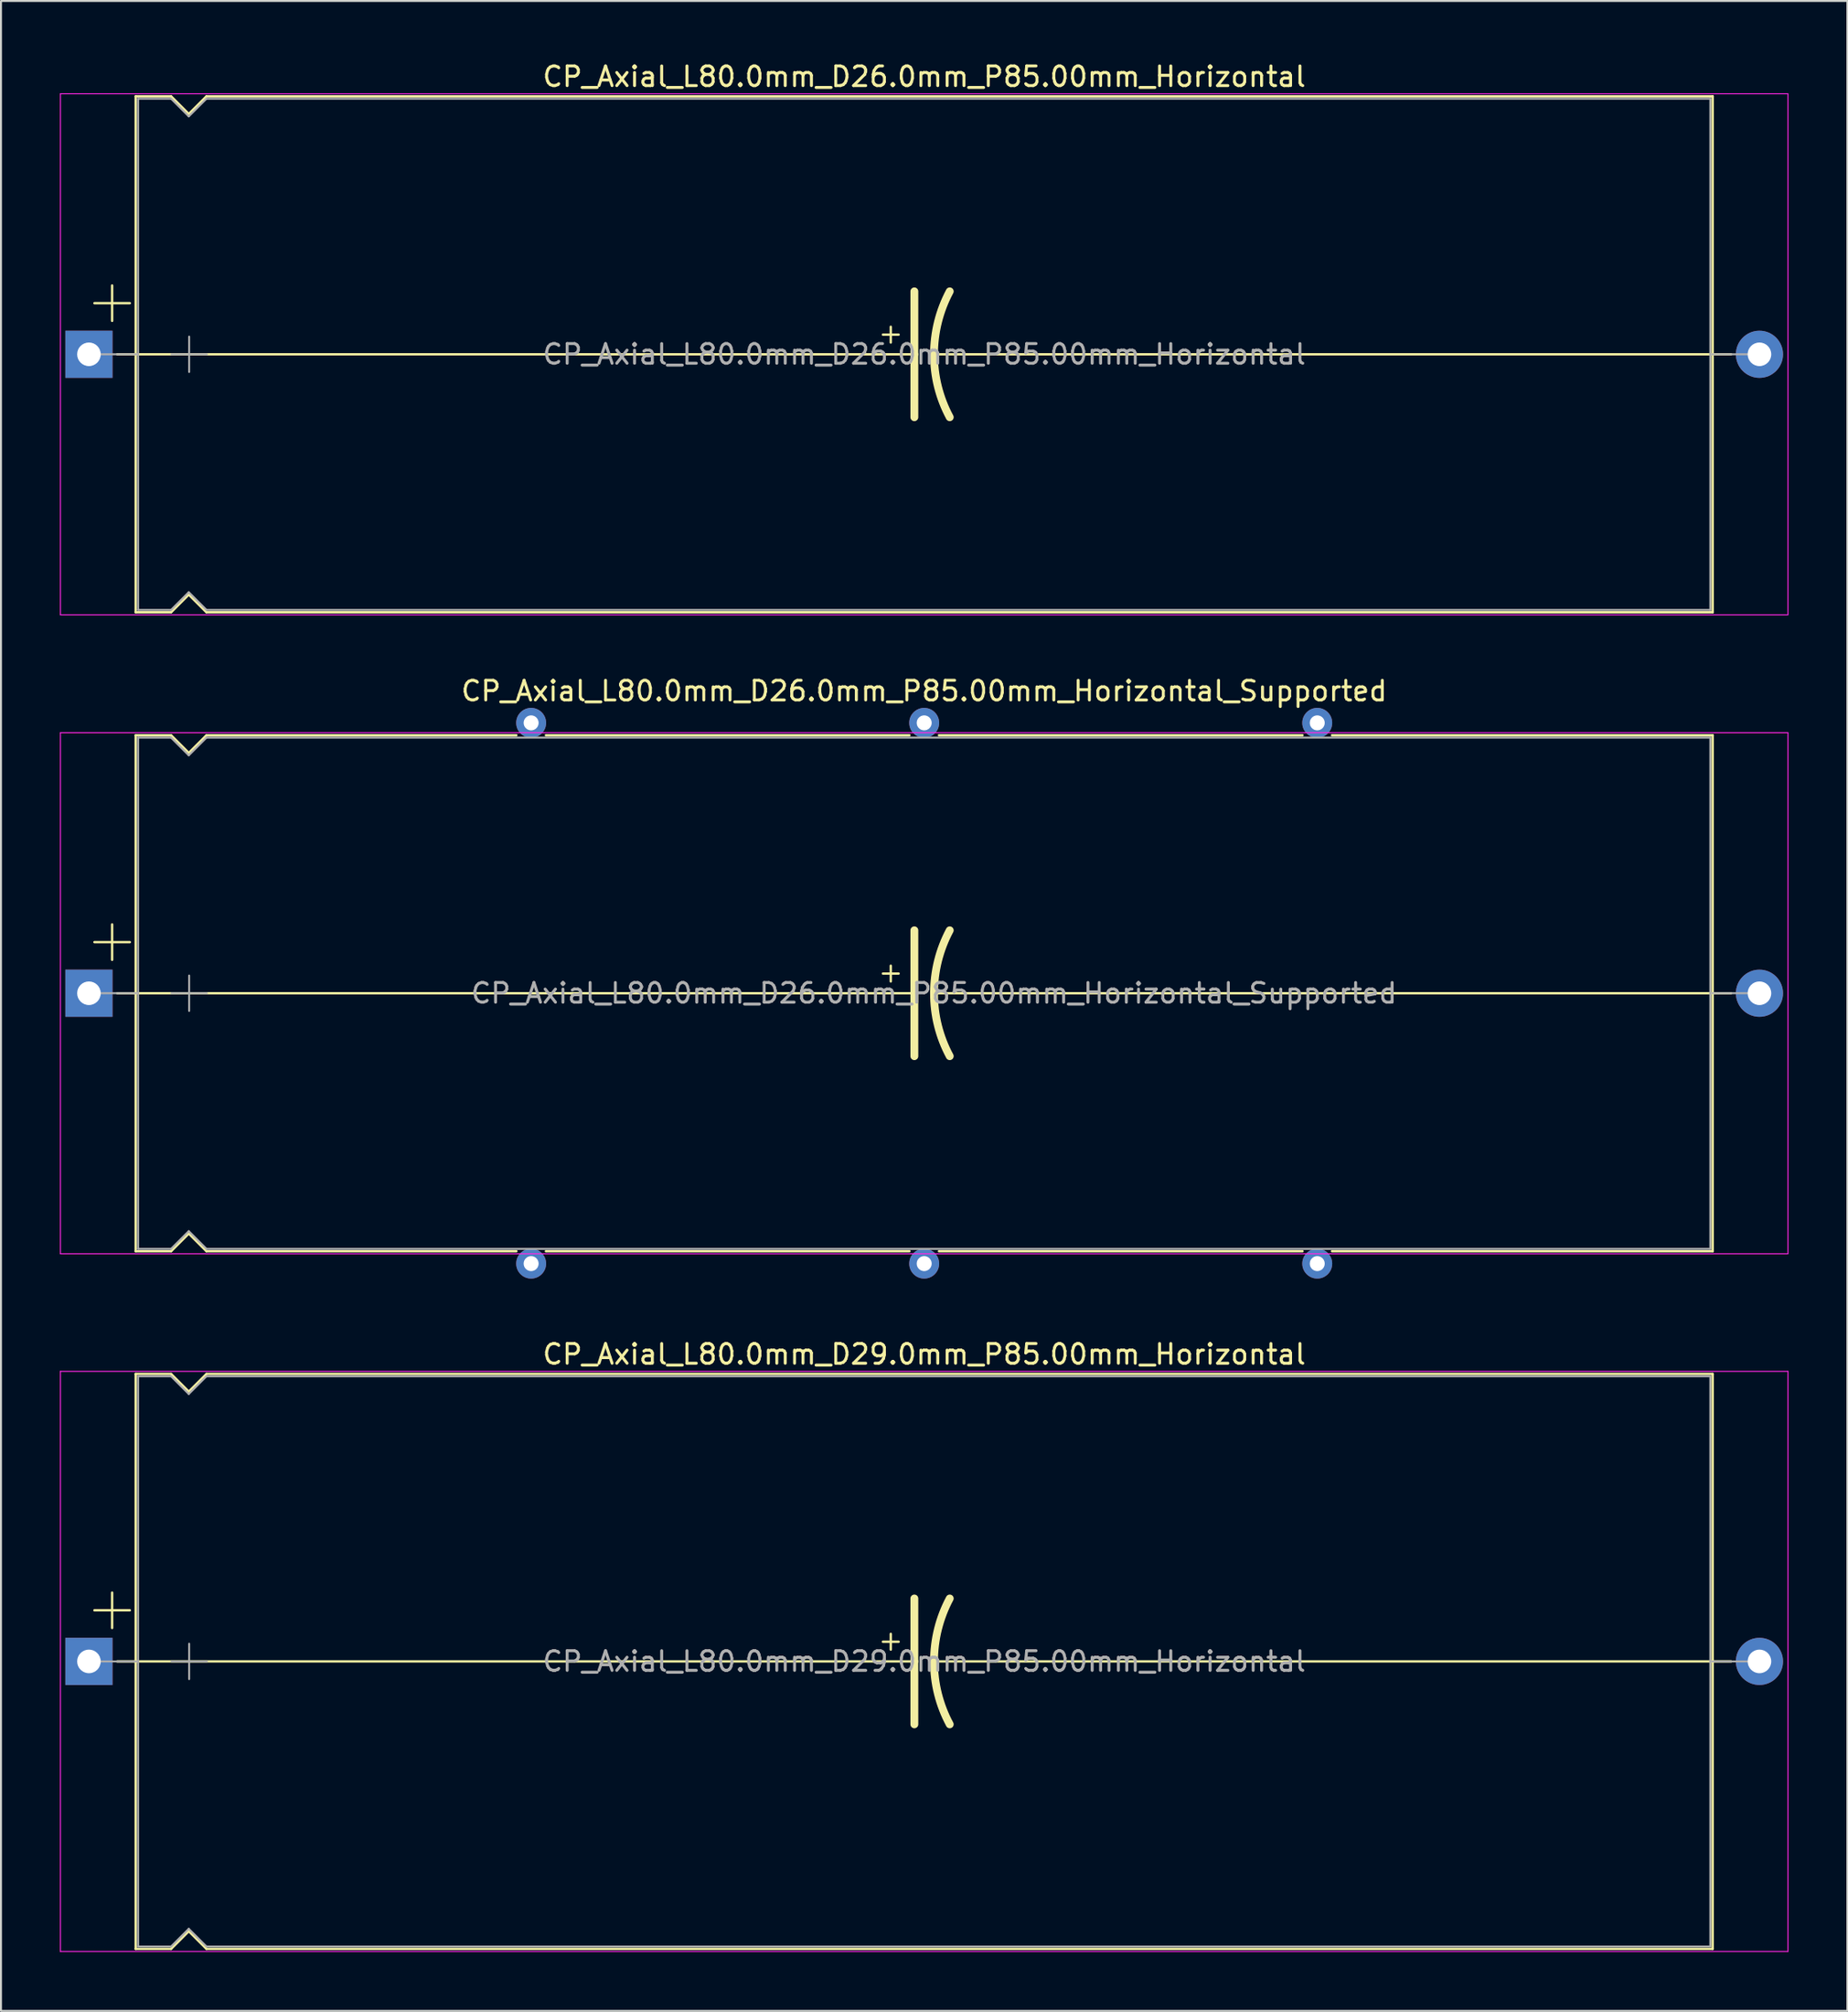
<source format=kicad_pcb>
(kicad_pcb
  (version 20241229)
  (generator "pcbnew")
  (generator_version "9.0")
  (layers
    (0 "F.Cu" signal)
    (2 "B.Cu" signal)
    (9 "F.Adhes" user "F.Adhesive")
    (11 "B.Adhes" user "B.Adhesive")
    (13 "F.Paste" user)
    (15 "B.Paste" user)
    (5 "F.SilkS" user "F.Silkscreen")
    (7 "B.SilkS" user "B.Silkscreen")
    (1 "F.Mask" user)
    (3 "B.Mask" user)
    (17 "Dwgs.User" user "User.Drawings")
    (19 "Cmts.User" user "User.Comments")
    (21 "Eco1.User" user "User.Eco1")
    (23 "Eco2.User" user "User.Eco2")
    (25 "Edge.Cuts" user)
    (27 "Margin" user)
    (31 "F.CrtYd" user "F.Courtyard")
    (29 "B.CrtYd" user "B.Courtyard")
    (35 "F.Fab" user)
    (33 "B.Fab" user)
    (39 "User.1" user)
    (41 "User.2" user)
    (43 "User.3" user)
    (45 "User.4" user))
  (footprint "CP_Axial_L80.0mm_D26.0mm_P85.00mm_Horizontal_Supported"
    (layer "F.Cu")
    (at 1.475 47.462)
    (property "Reference" "CP_Axial_L80.0mm_D26.0mm_P85.00mm_Horizontal_Supported" (at 42.5 -15.37 0) (layer "F.SilkS") (effects (font (size 1 1) (thickness 0.15))))
    (attr through_hole)
    (fp_line (start 0.28 -2.6) (end 2.08 -2.6) (stroke (width 0.12) (type solid)) (layer "F.SilkS"))
    (fp_line (start 1.18 -3.5) (end 1.18 -1.7) (stroke (width 0.12) (type solid)) (layer "F.SilkS"))
    (fp_line (start 1.44 0) (end 2.38 0) (stroke (width 0.12) (type solid)) (layer "F.SilkS"))
    (fp_line (start 2.38 -13.12) (end 2.38 13.12) (stroke (width 0.12) (type solid)) (layer "F.SilkS"))
    (fp_line (start 2.38 -13.12) (end 4.18 -13.12) (stroke (width 0.12) (type solid)) (layer "F.SilkS"))
    (fp_line (start 2.38 0) (end 42 0) (stroke (width 0.12) (type solid)) (layer "F.SilkS"))
    (fp_line (start 2.38 13.12) (end 4.18 13.12) (stroke (width 0.12) (type solid)) (layer "F.SilkS"))
    (fp_line (start 4.18 -13.12) (end 5.08 -12.22) (stroke (width 0.12) (type solid)) (layer "F.SilkS"))
    (fp_line (start 4.18 13.12) (end 5.08 12.22) (stroke (width 0.12) (type solid)) (layer "F.SilkS"))
    (fp_line (start 5.08 -12.22) (end 5.98 -13.12) (stroke (width 0.12) (type solid)) (layer "F.SilkS"))
    (fp_line (start 5.08 12.22) (end 5.98 13.12) (stroke (width 0.12) (type solid)) (layer "F.SilkS"))
    (fp_line (start 5.98 -13.12) (end 21.75 -13.12) (stroke (width 0.12) (type solid)) (layer "F.SilkS"))
    (fp_line (start 5.98 13.12) (end 21.75 13.12) (stroke (width 0.12) (type solid)) (layer "F.SilkS"))
    (fp_line (start 23.25 -13.12) (end 41.75 -13.12) (stroke (width 0.12) (type solid)) (layer "F.SilkS"))
    (fp_line (start 23.25 13.12) (end 41.75 13.12) (stroke (width 0.12) (type solid)) (layer "F.SilkS"))
    (fp_line (start 40.4 -1) (end 41.2 -1) (stroke (width 0.12) (type solid)) (layer "F.SilkS"))
    (fp_line (start 40.8 -1.4) (end 40.8 -0.6) (stroke (width 0.12) (type solid)) (layer "F.SilkS"))
    (fp_line (start 42 0) (end 42 -3.2) (stroke (width 0.4) (type solid)) (layer "F.SilkS"))
    (fp_line (start 42 0) (end 42 3.2) (stroke (width 0.4) (type solid)) (layer "F.SilkS"))
    (fp_line (start 43.25 -13.12) (end 61.75 -13.12) (stroke (width 0.12) (type solid)) (layer "F.SilkS"))
    (fp_line (start 43.25 13.12) (end 61.75 13.12) (stroke (width 0.12) (type solid)) (layer "F.SilkS"))
    (fp_line (start 63.25 -13.12) (end 82.62 -13.12) (stroke (width 0.12) (type solid)) (layer "F.SilkS"))
    (fp_line (start 63.25 13.12) (end 82.62 13.12) (stroke (width 0.12) (type solid)) (layer "F.SilkS"))
    (fp_line (start 82.62 -13.12) (end 82.62 13.12) (stroke (width 0.12) (type solid)) (layer "F.SilkS"))
    (fp_line (start 82.62 0) (end 43 0) (stroke (width 0.12) (type solid)) (layer "F.SilkS"))
    (fp_line (start 83.56 0) (end 82.62 0) (stroke (width 0.12) (type solid)) (layer "F.SilkS"))
    (fp_arc (start 43 0) (mid 43.203541 -1.649116) (end 43.8 -3.2) (stroke (width 0.4) (type solid)) (layer "F.SilkS"))
    (fp_arc (start 43.8 3.2) (mid 43.200703 1.649824) (end 43 0) (stroke (width 0.4) (type solid)) (layer "F.SilkS"))
    (fp_line (start -1.45 -13.25) (end -1.45 13.25) (stroke (width 0.05) (type solid)) (layer "F.CrtYd"))
    (fp_line (start -1.45 13.25) (end 86.45 13.25) (stroke (width 0.05) (type solid)) (layer "F.CrtYd"))
    (fp_line (start 86.45 -13.25) (end -1.45 -13.25) (stroke (width 0.05) (type solid)) (layer "F.CrtYd"))
    (fp_line (start 86.45 13.25) (end 86.45 -13.25) (stroke (width 0.05) (type solid)) (layer "F.CrtYd"))
    (fp_line (start 0 0) (end 2.5 0) (stroke (width 0.1) (type solid)) (layer "F.Fab"))
    (fp_line (start 2.5 -13) (end 2.5 13) (stroke (width 0.1) (type solid)) (layer "F.Fab"))
    (fp_line (start 2.5 -13) (end 4.18 -13) (stroke (width 0.1) (type solid)) (layer "F.Fab"))
    (fp_line (start 2.5 13) (end 4.18 13) (stroke (width 0.1) (type solid)) (layer "F.Fab"))
    (fp_line (start 4.18 -13) (end 5.08 -12.1) (stroke (width 0.1) (type solid)) (layer "F.Fab"))
    (fp_line (start 4.18 13) (end 5.08 12.1) (stroke (width 0.1) (type solid)) (layer "F.Fab"))
    (fp_line (start 4.2 0) (end 6 0) (stroke (width 0.1) (type solid)) (layer "F.Fab"))
    (fp_line (start 5.08 -12.1) (end 5.98 -13) (stroke (width 0.1) (type solid)) (layer "F.Fab"))
    (fp_line (start 5.08 12.1) (end 5.98 13) (stroke (width 0.1) (type solid)) (layer "F.Fab"))
    (fp_line (start 5.1 -0.9) (end 5.1 0.9) (stroke (width 0.1) (type solid)) (layer "F.Fab"))
    (fp_line (start 5.98 -13) (end 82.5 -13) (stroke (width 0.1) (type solid)) (layer "F.Fab"))
    (fp_line (start 5.98 13) (end 82.5 13) (stroke (width 0.1) (type solid)) (layer "F.Fab"))
    (fp_line (start 82.5 -13) (end 82.5 13) (stroke (width 0.1) (type solid)) (layer "F.Fab"))
    (fp_line (start 85 0) (end 82.5 0) (stroke (width 0.1) (type solid)) (layer "F.Fab"))
    (fp_text user "${REFERENCE}" (at 43 0 0) (layer "F.Fab") (effects (font (size 1 1) (thickness 0.15))))
    (pad "" thru_hole circle (at 22.5 -13.75) (size 1.524 1.524) (drill 0.762) (layers "*.Cu" "*.Mask"))
    (pad "" thru_hole circle (at 22.5 13.75) (size 1.524 1.524) (drill 0.762) (layers "*.Cu" "*.Mask"))
    (pad "" thru_hole circle (at 42.5 -13.75) (size 1.524 1.524) (drill 0.762) (layers "*.Cu" "*.Mask"))
    (pad "" thru_hole circle (at 42.5 13.75) (size 1.524 1.524) (drill 0.762) (layers "*.Cu" "*.Mask"))
    (pad "" thru_hole circle (at 62.5 -13.75) (size 1.524 1.524) (drill 0.762) (layers "*.Cu" "*.Mask"))
    (pad "" thru_hole circle (at 62.5 13.75) (size 1.524 1.524) (drill 0.762) (layers "*.Cu" "*.Mask"))
    (pad "1" thru_hole rect (at 0 0) (size 2.4 2.4) (drill 1.2) (layers "*.Cu" "*.Mask"))
    (pad "2" thru_hole oval (at 85 0) (size 2.4 2.4) (drill 1.2) (layers "*.Cu" "*.Mask")))
  (footprint "CP_Axial_L80.0mm_D29.0mm_P85.00mm_Horizontal"
    (layer "F.Cu")
    (at 1.475 81.442)
    (property "Reference" "CP_Axial_L80.0mm_D29.0mm_P85.00mm_Horizontal" (at 42.5 -15.62 0) (layer "F.SilkS") (effects (font (size 1 1) (thickness 0.15))))
    (attr through_hole)
    (fp_line (start 0.28 -2.6) (end 2.08 -2.6) (stroke (width 0.12) (type solid)) (layer "F.SilkS"))
    (fp_line (start 1.18 -3.5) (end 1.18 -1.7) (stroke (width 0.12) (type solid)) (layer "F.SilkS"))
    (fp_line (start 1.44 0) (end 2.38 0) (stroke (width 0.12) (type solid)) (layer "F.SilkS"))
    (fp_line (start 2.38 -14.62) (end 2.38 14.62) (stroke (width 0.12) (type solid)) (layer "F.SilkS"))
    (fp_line (start 2.38 -14.62) (end 4.18 -14.62) (stroke (width 0.12) (type solid)) (layer "F.SilkS"))
    (fp_line (start 2.38 0) (end 42 0) (stroke (width 0.12) (type solid)) (layer "F.SilkS"))
    (fp_line (start 2.38 14.62) (end 4.18 14.62) (stroke (width 0.12) (type solid)) (layer "F.SilkS"))
    (fp_line (start 4.18 -14.62) (end 5.08 -13.72) (stroke (width 0.12) (type solid)) (layer "F.SilkS"))
    (fp_line (start 4.18 14.62) (end 5.08 13.72) (stroke (width 0.12) (type solid)) (layer "F.SilkS"))
    (fp_line (start 5.08 -13.72) (end 5.98 -14.62) (stroke (width 0.12) (type solid)) (layer "F.SilkS"))
    (fp_line (start 5.08 13.72) (end 5.98 14.62) (stroke (width 0.12) (type solid)) (layer "F.SilkS"))
    (fp_line (start 5.98 -14.62) (end 82.62 -14.62) (stroke (width 0.12) (type solid)) (layer "F.SilkS"))
    (fp_line (start 5.98 14.62) (end 82.62 14.62) (stroke (width 0.12) (type solid)) (layer "F.SilkS"))
    (fp_line (start 40.4 -1) (end 41.2 -1) (stroke (width 0.12) (type solid)) (layer "F.SilkS"))
    (fp_line (start 40.8 -1.4) (end 40.8 -0.6) (stroke (width 0.12) (type solid)) (layer "F.SilkS"))
    (fp_line (start 42 0) (end 42 -3.2) (stroke (width 0.4) (type solid)) (layer "F.SilkS"))
    (fp_line (start 42 0) (end 42 3.2) (stroke (width 0.4) (type solid)) (layer "F.SilkS"))
    (fp_line (start 82.62 -14.62) (end 82.62 14.62) (stroke (width 0.12) (type solid)) (layer "F.SilkS"))
    (fp_line (start 82.62 0) (end 43 0) (stroke (width 0.12) (type solid)) (layer "F.SilkS"))
    (fp_line (start 83.56 0) (end 82.62 0) (stroke (width 0.12) (type solid)) (layer "F.SilkS"))
    (fp_arc (start 43 0) (mid 43.203541 -1.649116) (end 43.8 -3.2) (stroke (width 0.4) (type solid)) (layer "F.SilkS"))
    (fp_arc (start 43.8 3.2) (mid 43.200703 1.649824) (end 43 0) (stroke (width 0.4) (type solid)) (layer "F.SilkS"))
    (fp_line (start -1.45 -14.75) (end -1.45 14.75) (stroke (width 0.05) (type solid)) (layer "F.CrtYd"))
    (fp_line (start -1.45 14.75) (end 86.45 14.75) (stroke (width 0.05) (type solid)) (layer "F.CrtYd"))
    (fp_line (start 86.45 -14.75) (end -1.45 -14.75) (stroke (width 0.05) (type solid)) (layer "F.CrtYd"))
    (fp_line (start 86.45 14.75) (end 86.45 -14.75) (stroke (width 0.05) (type solid)) (layer "F.CrtYd"))
    (fp_line (start 0 0) (end 2.5 0) (stroke (width 0.1) (type solid)) (layer "F.Fab"))
    (fp_line (start 2.5 -14.5) (end 2.5 14.5) (stroke (width 0.1) (type solid)) (layer "F.Fab"))
    (fp_line (start 2.5 -14.5) (end 4.18 -14.5) (stroke (width 0.1) (type solid)) (layer "F.Fab"))
    (fp_line (start 2.5 14.5) (end 4.18 14.5) (stroke (width 0.1) (type solid)) (layer "F.Fab"))
    (fp_line (start 4.18 -14.5) (end 5.08 -13.6) (stroke (width 0.1) (type solid)) (layer "F.Fab"))
    (fp_line (start 4.18 14.5) (end 5.08 13.6) (stroke (width 0.1) (type solid)) (layer "F.Fab"))
    (fp_line (start 4.2 0) (end 6 0) (stroke (width 0.1) (type solid)) (layer "F.Fab"))
    (fp_line (start 5.08 -13.6) (end 5.98 -14.5) (stroke (width 0.1) (type solid)) (layer "F.Fab"))
    (fp_line (start 5.08 13.6) (end 5.98 14.5) (stroke (width 0.1) (type solid)) (layer "F.Fab"))
    (fp_line (start 5.1 -0.9) (end 5.1 0.9) (stroke (width 0.1) (type solid)) (layer "F.Fab"))
    (fp_line (start 5.98 -14.5) (end 82.5 -14.5) (stroke (width 0.1) (type solid)) (layer "F.Fab"))
    (fp_line (start 5.98 14.5) (end 82.5 14.5) (stroke (width 0.1) (type solid)) (layer "F.Fab"))
    (fp_line (start 82.5 -14.5) (end 82.5 14.5) (stroke (width 0.1) (type solid)) (layer "F.Fab"))
    (fp_line (start 85 0) (end 82.5 0) (stroke (width 0.1) (type solid)) (layer "F.Fab"))
    (fp_text user "${REFERENCE}" (at 42.5 0 0) (layer "F.Fab") (effects (font (size 1 1) (thickness 0.15))))
    (pad "1" thru_hole rect (at 0 0) (size 2.4 2.4) (drill 1.2) (layers "*.Cu" "*.Mask"))
    (pad "2" thru_hole oval (at 85 0) (size 2.4 2.4) (drill 1.2) (layers "*.Cu" "*.Mask")))
  (footprint "CP_Axial_L80.0mm_D26.0mm_P85.00mm_Horizontal"
    (layer "F.Cu")
    (at 1.475 14.968)
    (property "Reference" "CP_Axial_L80.0mm_D26.0mm_P85.00mm_Horizontal" (at 42.5 -14.12 0) (layer "F.SilkS") (effects (font (size 1 1) (thickness 0.15))))
    (attr through_hole)
    (fp_line (start 0.28 -2.6) (end 2.08 -2.6) (stroke (width 0.12) (type solid)) (layer "F.SilkS"))
    (fp_line (start 1.18 -3.5) (end 1.18 -1.7) (stroke (width 0.12) (type solid)) (layer "F.SilkS"))
    (fp_line (start 1.44 0) (end 2.38 0) (stroke (width 0.12) (type solid)) (layer "F.SilkS"))
    (fp_line (start 2.38 -13.12) (end 2.38 13.12) (stroke (width 0.12) (type solid)) (layer "F.SilkS"))
    (fp_line (start 2.38 -13.12) (end 4.18 -13.12) (stroke (width 0.12) (type solid)) (layer "F.SilkS"))
    (fp_line (start 2.38 0) (end 42 0) (stroke (width 0.12) (type solid)) (layer "F.SilkS"))
    (fp_line (start 2.38 13.12) (end 4.18 13.12) (stroke (width 0.12) (type solid)) (layer "F.SilkS"))
    (fp_line (start 4.18 -13.12) (end 5.08 -12.22) (stroke (width 0.12) (type solid)) (layer "F.SilkS"))
    (fp_line (start 4.18 13.12) (end 5.08 12.22) (stroke (width 0.12) (type solid)) (layer "F.SilkS"))
    (fp_line (start 5.08 -12.22) (end 5.98 -13.12) (stroke (width 0.12) (type solid)) (layer "F.SilkS"))
    (fp_line (start 5.08 12.22) (end 5.98 13.12) (stroke (width 0.12) (type solid)) (layer "F.SilkS"))
    (fp_line (start 5.98 -13.12) (end 82.62 -13.12) (stroke (width 0.12) (type solid)) (layer "F.SilkS"))
    (fp_line (start 5.98 13.12) (end 82.62 13.12) (stroke (width 0.12) (type solid)) (layer "F.SilkS"))
    (fp_line (start 40.4 -1) (end 41.2 -1) (stroke (width 0.12) (type solid)) (layer "F.SilkS"))
    (fp_line (start 40.8 -1.4) (end 40.8 -0.6) (stroke (width 0.12) (type solid)) (layer "F.SilkS"))
    (fp_line (start 42 0) (end 42 -3.2) (stroke (width 0.4) (type solid)) (layer "F.SilkS"))
    (fp_line (start 42 0) (end 42 3.2) (stroke (width 0.4) (type solid)) (layer "F.SilkS"))
    (fp_line (start 82.62 -13.12) (end 82.62 13.12) (stroke (width 0.12) (type solid)) (layer "F.SilkS"))
    (fp_line (start 82.62 0) (end 43 0) (stroke (width 0.12) (type solid)) (layer "F.SilkS"))
    (fp_line (start 83.56 0) (end 82.62 0) (stroke (width 0.12) (type solid)) (layer "F.SilkS"))
    (fp_arc (start 43 0) (mid 43.203541 -1.649116) (end 43.8 -3.2) (stroke (width 0.4) (type solid)) (layer "F.SilkS"))
    (fp_arc (start 43.8 3.2) (mid 43.200703 1.649824) (end 43 0) (stroke (width 0.4) (type solid)) (layer "F.SilkS"))
    (fp_line (start -1.45 -13.25) (end -1.45 13.25) (stroke (width 0.05) (type solid)) (layer "F.CrtYd"))
    (fp_line (start -1.45 13.25) (end 86.45 13.25) (stroke (width 0.05) (type solid)) (layer "F.CrtYd"))
    (fp_line (start 86.45 -13.25) (end -1.45 -13.25) (stroke (width 0.05) (type solid)) (layer "F.CrtYd"))
    (fp_line (start 86.45 13.25) (end 86.45 -13.25) (stroke (width 0.05) (type solid)) (layer "F.CrtYd"))
    (fp_line (start 0 0) (end 2.5 0) (stroke (width 0.1) (type solid)) (layer "F.Fab"))
    (fp_line (start 2.5 -13) (end 2.5 13) (stroke (width 0.1) (type solid)) (layer "F.Fab"))
    (fp_line (start 2.5 -13) (end 4.18 -13) (stroke (width 0.1) (type solid)) (layer "F.Fab"))
    (fp_line (start 2.5 13) (end 4.18 13) (stroke (width 0.1) (type solid)) (layer "F.Fab"))
    (fp_line (start 4.18 -13) (end 5.08 -12.1) (stroke (width 0.1) (type solid)) (layer "F.Fab"))
    (fp_line (start 4.18 13) (end 5.08 12.1) (stroke (width 0.1) (type solid)) (layer "F.Fab"))
    (fp_line (start 4.2 0) (end 6 0) (stroke (width 0.1) (type solid)) (layer "F.Fab"))
    (fp_line (start 5.08 -12.1) (end 5.98 -13) (stroke (width 0.1) (type solid)) (layer "F.Fab"))
    (fp_line (start 5.08 12.1) (end 5.98 13) (stroke (width 0.1) (type solid)) (layer "F.Fab"))
    (fp_line (start 5.1 -0.9) (end 5.1 0.9) (stroke (width 0.1) (type solid)) (layer "F.Fab"))
    (fp_line (start 5.98 -13) (end 82.5 -13) (stroke (width 0.1) (type solid)) (layer "F.Fab"))
    (fp_line (start 5.98 13) (end 82.5 13) (stroke (width 0.1) (type solid)) (layer "F.Fab"))
    (fp_line (start 82.5 -13) (end 82.5 13) (stroke (width 0.1) (type solid)) (layer "F.Fab"))
    (fp_line (start 85 0) (end 82.5 0) (stroke (width 0.1) (type solid)) (layer "F.Fab"))
    (fp_text user "${REFERENCE}" (at 42.5 0 0) (layer "F.Fab") (effects (font (size 1 1) (thickness 0.15))))
    (pad "1" thru_hole rect (at 0 0) (size 2.4 2.4) (drill 1.2) (layers "*.Cu" "*.Mask"))
    (pad "2" thru_hole oval (at 85 0) (size 2.4 2.4) (drill 1.2) (layers "*.Cu" "*.Mask")))
  (gr_rect
    (start -3 -3)
    (end 90.95 99.217)
    (stroke (width 0.1) (type default))
    (fill no)
    (layer "Edge.Cuts")))
</source>
